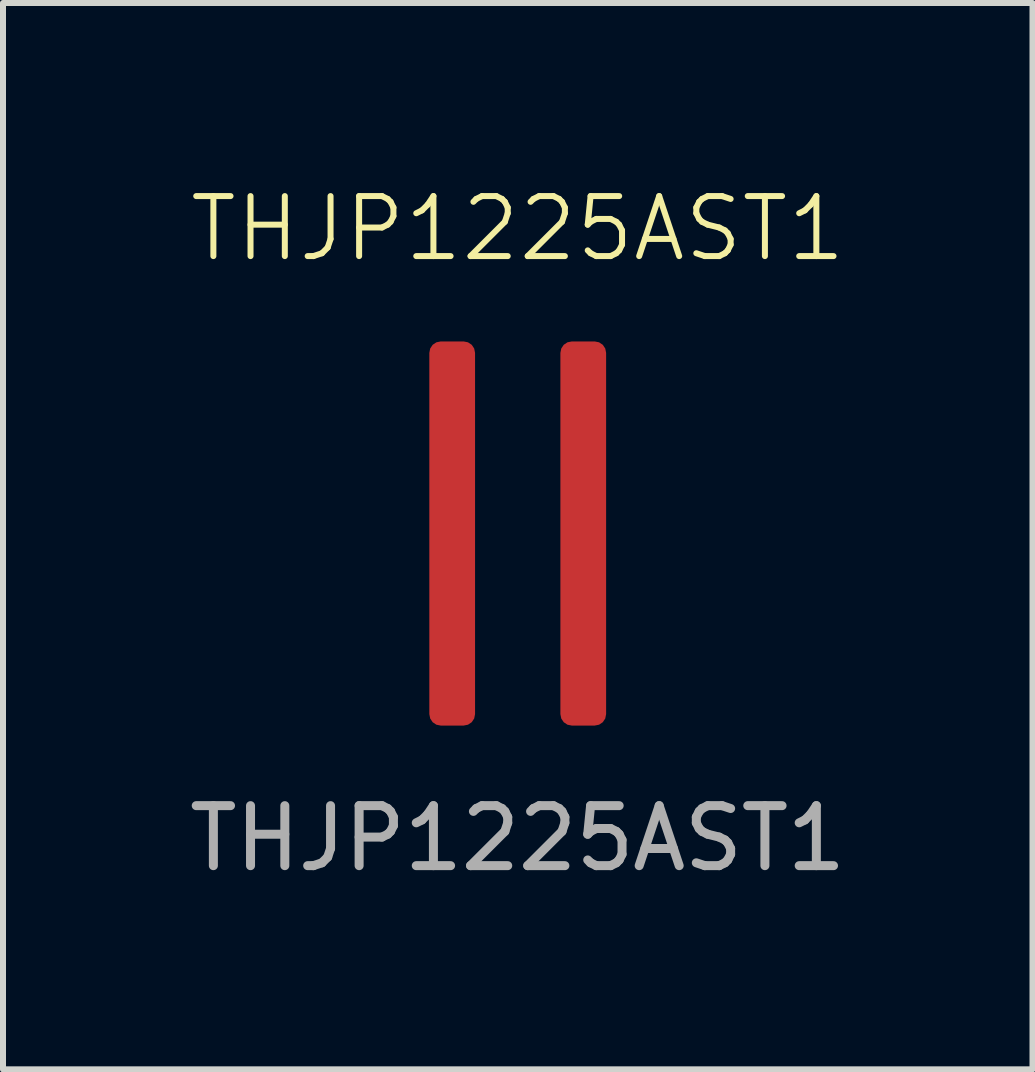
<source format=kicad_pcb>
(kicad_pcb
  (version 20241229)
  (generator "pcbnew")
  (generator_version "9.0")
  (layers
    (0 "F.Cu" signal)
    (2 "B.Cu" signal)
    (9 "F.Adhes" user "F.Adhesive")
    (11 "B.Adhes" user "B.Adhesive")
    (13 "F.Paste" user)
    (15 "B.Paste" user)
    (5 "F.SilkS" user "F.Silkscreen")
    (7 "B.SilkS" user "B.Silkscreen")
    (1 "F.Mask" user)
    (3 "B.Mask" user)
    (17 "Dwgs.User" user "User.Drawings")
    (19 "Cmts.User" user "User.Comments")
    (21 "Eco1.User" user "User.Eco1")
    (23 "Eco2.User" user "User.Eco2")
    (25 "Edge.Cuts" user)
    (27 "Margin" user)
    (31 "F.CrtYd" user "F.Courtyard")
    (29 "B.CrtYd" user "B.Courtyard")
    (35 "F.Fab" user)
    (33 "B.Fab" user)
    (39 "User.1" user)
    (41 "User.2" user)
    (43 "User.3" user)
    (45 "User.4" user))
  (footprint "THJP1225AST1"
    (layer "F.Cu")
    (at 5.577 5.84)
    (property "Reference" "THJP1225AST1" (at 0 -5.08 0) (unlocked yes) (layer "F.SilkS") (effects (font (size 1 1) (thickness 0.1))))
    (attr smd)
    (fp_text user "${REFERENCE}" (at 0 5.08 0) (unlocked yes) (layer "F.Fab") (effects (font (size 1 1) (thickness 0.15))))
    (pad "1" smd roundrect (at -1.092 0 90) (size 6.401 0.762) (layers "F.Cu" "F.Mask" "F.Paste") (roundrect_rratio 0.25))
    (pad "2" smd roundrect (at 1.092 0 90) (size 6.401 0.762) (layers "F.Cu" "F.Mask" "F.Paste") (roundrect_rratio 0.25)))
  (gr_rect
    (start -3 -3)
    (end 14.155 14.769)
    (stroke (width 0.1) (type default))
    (fill no)
    (layer "Edge.Cuts")))
</source>
